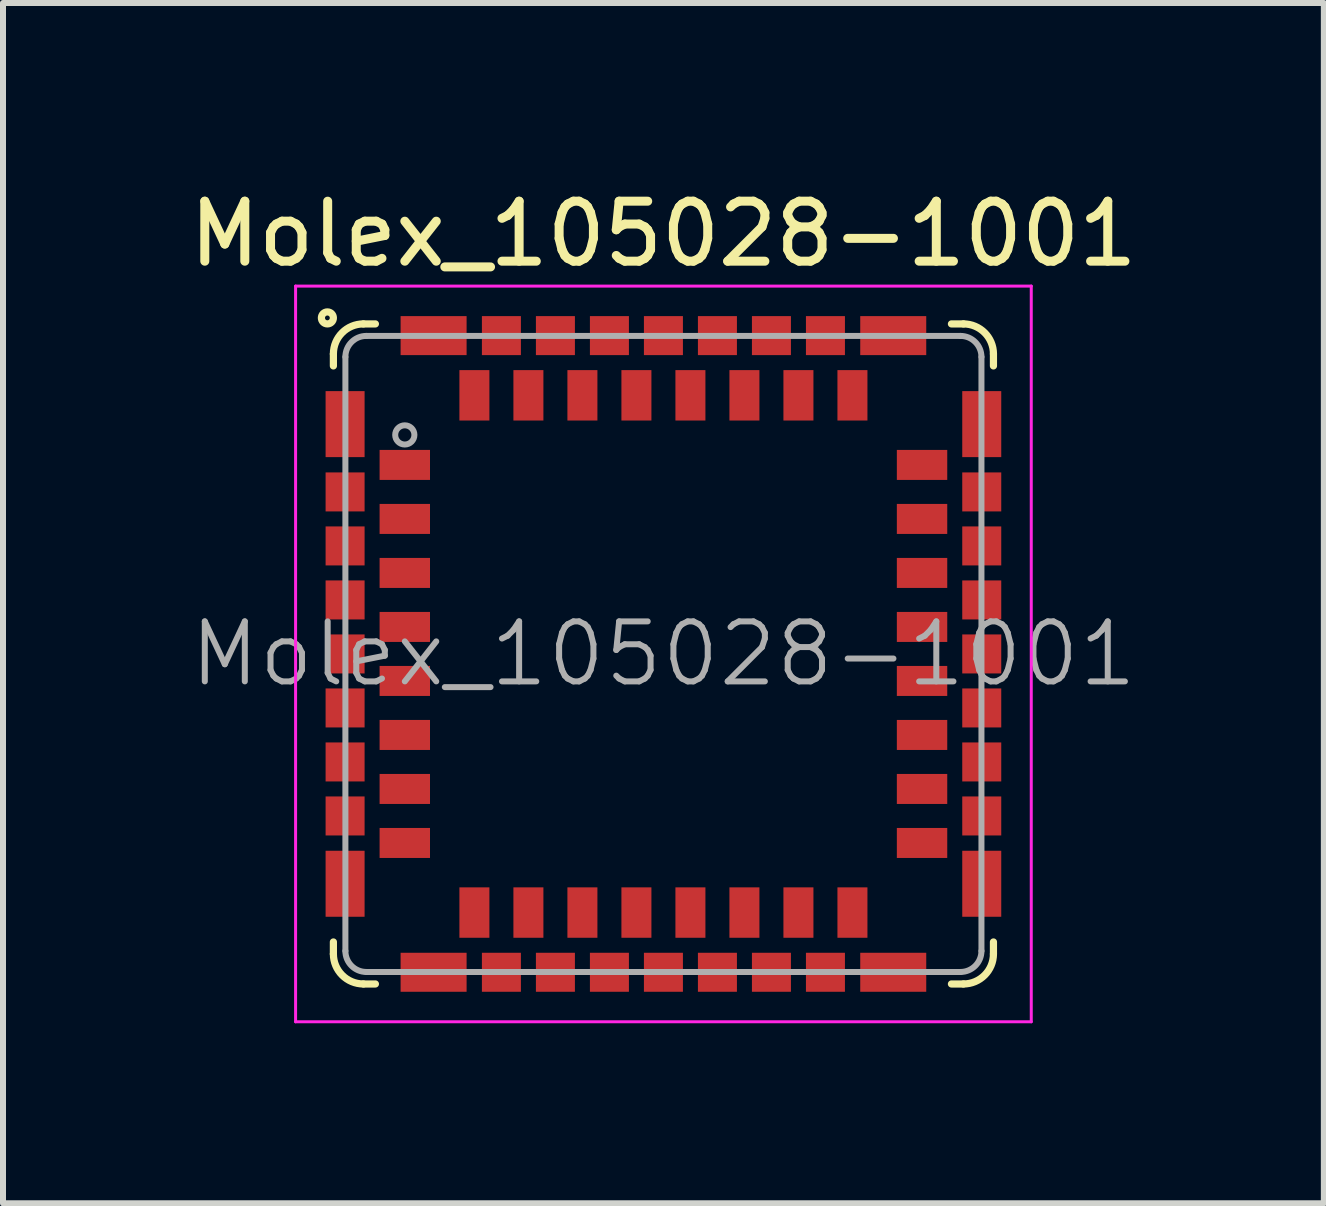
<source format=kicad_pcb>
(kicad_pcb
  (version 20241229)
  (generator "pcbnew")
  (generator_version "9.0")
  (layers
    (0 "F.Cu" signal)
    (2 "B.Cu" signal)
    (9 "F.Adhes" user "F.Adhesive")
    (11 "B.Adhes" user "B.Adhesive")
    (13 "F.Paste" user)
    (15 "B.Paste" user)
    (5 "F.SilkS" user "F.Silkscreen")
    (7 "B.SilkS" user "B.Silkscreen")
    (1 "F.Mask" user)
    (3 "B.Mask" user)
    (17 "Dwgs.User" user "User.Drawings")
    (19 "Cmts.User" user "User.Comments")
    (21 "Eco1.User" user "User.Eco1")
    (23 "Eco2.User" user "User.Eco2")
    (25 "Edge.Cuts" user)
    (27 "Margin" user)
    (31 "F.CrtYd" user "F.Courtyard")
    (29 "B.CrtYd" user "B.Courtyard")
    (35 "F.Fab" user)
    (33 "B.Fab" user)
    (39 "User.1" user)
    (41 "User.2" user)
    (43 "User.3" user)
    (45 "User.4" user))
  (footprint "Molex_105028-1001"
    (layer "F.Cu")
    (at 8.006 7.848)
    (property "Reference" "Molex_105028-1001" (at 0 -7 0) (layer "F.SilkS") (effects (font (size 1 1) (thickness 0.15))))
    (attr smd)
    (fp_line (start -5.5 -4.8) (end -5.5 -5) (stroke (width 0.12) (type solid)) (layer "F.SilkS"))
    (fp_line (start -5.5 5) (end -5.5 4.8) (stroke (width 0.12) (type solid)) (layer "F.SilkS"))
    (fp_line (start -5 5.5) (end -4.8 5.5) (stroke (width 0.12) (type solid)) (layer "F.SilkS"))
    (fp_line (start -4.8 -5.5) (end -5 -5.5) (stroke (width 0.12) (type solid)) (layer "F.SilkS"))
    (fp_line (start 4.8 -5.5) (end 5 -5.5) (stroke (width 0.12) (type solid)) (layer "F.SilkS"))
    (fp_line (start 5 5.5) (end 4.8 5.5) (stroke (width 0.12) (type solid)) (layer "F.SilkS"))
    (fp_line (start 5.5 -5) (end 5.5 -4.8) (stroke (width 0.12) (type solid)) (layer "F.SilkS"))
    (fp_line (start 5.5 5) (end 5.5 4.8) (stroke (width 0.12) (type solid)) (layer "F.SilkS"))
    (fp_arc (start -5.5 -5) (mid -5.353553 -5.353553) (end -5 -5.5) (stroke (width 0.12) (type solid)) (layer "F.SilkS"))
    (fp_arc (start -5 5.5) (mid -5.353553 5.353553) (end -5.5 5) (stroke (width 0.12) (type solid)) (layer "F.SilkS"))
    (fp_arc (start 5 -5.5) (mid 5.353553 -5.353553) (end 5.5 -5) (stroke (width 0.12) (type solid)) (layer "F.SilkS"))
    (fp_arc (start 5.5 5) (mid 5.353553 5.353553) (end 5 5.5) (stroke (width 0.12) (type solid)) (layer "F.SilkS"))
    (fp_circle (center -5.6 -5.6) (end -5.6 -5.5) (stroke (width 0.12) (type solid)) (fill no) (layer "F.SilkS"))
    (fp_line (start -6.13 -6.13) (end 6.13 -6.13) (stroke (width 0.05) (type solid)) (layer "F.CrtYd"))
    (fp_line (start -6.13 6.13) (end -6.13 -6.13) (stroke (width 0.05) (type solid)) (layer "F.CrtYd"))
    (fp_line (start 6.13 -6.13) (end 6.13 6.13) (stroke (width 0.05) (type solid)) (layer "F.CrtYd"))
    (fp_line (start 6.13 6.13) (end -6.13 6.13) (stroke (width 0.05) (type solid)) (layer "F.CrtYd"))
    (fp_line (start -5.3 4.95) (end -5.3 -4.95) (stroke (width 0.1) (type solid)) (layer "F.Fab"))
    (fp_line (start -4.95 -5.3) (end 4.95 -5.3) (stroke (width 0.1) (type solid)) (layer "F.Fab"))
    (fp_line (start -4.95 5.3) (end 4.95 5.3) (stroke (width 0.1) (type solid)) (layer "F.Fab"))
    (fp_line (start 5.3 -4.95) (end 5.3 4.95) (stroke (width 0.1) (type solid)) (layer "F.Fab"))
    (fp_arc (start -5.3 -4.95) (mid -5.197487 -5.197487) (end -4.95 -5.3) (stroke (width 0.1) (type solid)) (layer "F.Fab"))
    (fp_arc (start -4.95 5.3) (mid -5.197487 5.197487) (end -5.3 4.95) (stroke (width 0.1) (type solid)) (layer "F.Fab"))
    (fp_arc (start 4.95 -5.3) (mid 5.197487 -5.197487) (end 5.3 -4.95) (stroke (width 0.1) (type solid)) (layer "F.Fab"))
    (fp_arc (start 5.3 4.95) (mid 5.197487 5.197487) (end 4.95 5.3) (stroke (width 0.1) (type solid)) (layer "F.Fab"))
    (fp_circle (center -4.31 -3.65) (end -4.31 -3.81) (stroke (width 0.1) (type solid)) (fill no) (layer "F.Fab"))
    (fp_text user "${REFERENCE}" (at 0 0 0) (layer "F.Fab") (effects (font (size 1 1) (thickness 0.1))))
    (pad "1" smd rect (at -4.31 -3.15) (size 0.84 0.5) (layers "F.Cu" "F.Mask" "F.Paste"))
    (pad "2" smd rect (at -4.31 -2.25) (size 0.84 0.5) (layers "F.Cu" "F.Mask" "F.Paste"))
    (pad "3" smd rect (at -4.31 -1.35) (size 0.84 0.5) (layers "F.Cu" "F.Mask" "F.Paste"))
    (pad "4" smd rect (at -4.31 -0.45) (size 0.84 0.5) (layers "F.Cu" "F.Mask" "F.Paste"))
    (pad "5" smd rect (at -4.31 0.45) (size 0.84 0.5) (layers "F.Cu" "F.Mask" "F.Paste"))
    (pad "6" smd rect (at -4.31 1.35) (size 0.84 0.5) (layers "F.Cu" "F.Mask" "F.Paste"))
    (pad "7" smd rect (at -4.31 2.25) (size 0.84 0.5) (layers "F.Cu" "F.Mask" "F.Paste"))
    (pad "8" smd rect (at -4.31 3.15) (size 0.84 0.5) (layers "F.Cu" "F.Mask" "F.Paste"))
    (pad "9" smd rect (at -3.15 4.31 90) (size 0.84 0.5) (layers "F.Cu" "F.Mask" "F.Paste"))
    (pad "10" smd rect (at -2.25 4.31 90) (size 0.84 0.5) (layers "F.Cu" "F.Mask" "F.Paste"))
    (pad "11" smd rect (at -1.35 4.31 90) (size 0.84 0.5) (layers "F.Cu" "F.Mask" "F.Paste"))
    (pad "12" smd rect (at -0.45 4.31 90) (size 0.84 0.5) (layers "F.Cu" "F.Mask" "F.Paste"))
    (pad "13" smd rect (at 0.45 4.31 90) (size 0.84 0.5) (layers "F.Cu" "F.Mask" "F.Paste"))
    (pad "14" smd rect (at 1.35 4.31 90) (size 0.84 0.5) (layers "F.Cu" "F.Mask" "F.Paste"))
    (pad "15" smd rect (at 2.25 4.31 90) (size 0.84 0.5) (layers "F.Cu" "F.Mask" "F.Paste"))
    (pad "16" smd rect (at 3.15 4.31 90) (size 0.84 0.5) (layers "F.Cu" "F.Mask" "F.Paste"))
    (pad "17" smd rect (at 4.31 3.15) (size 0.84 0.5) (layers "F.Cu" "F.Mask" "F.Paste"))
    (pad "18" smd rect (at 4.31 2.25) (size 0.84 0.5) (layers "F.Cu" "F.Mask" "F.Paste"))
    (pad "19" smd rect (at 4.31 1.35) (size 0.84 0.5) (layers "F.Cu" "F.Mask" "F.Paste"))
    (pad "20" smd rect (at 4.31 0.45) (size 0.84 0.5) (layers "F.Cu" "F.Mask" "F.Paste"))
    (pad "21" smd rect (at 4.31 -0.45) (size 0.84 0.5) (layers "F.Cu" "F.Mask" "F.Paste"))
    (pad "22" smd rect (at 4.31 -1.35) (size 0.84 0.5) (layers "F.Cu" "F.Mask" "F.Paste"))
    (pad "23" smd rect (at 4.31 -2.25) (size 0.84 0.5) (layers "F.Cu" "F.Mask" "F.Paste"))
    (pad "24" smd rect (at 4.31 -3.15) (size 0.84 0.5) (layers "F.Cu" "F.Mask" "F.Paste"))
    (pad "25" smd rect (at 3.15 -4.31 90) (size 0.84 0.5) (layers "F.Cu" "F.Mask" "F.Paste"))
    (pad "26" smd rect (at 2.25 -4.31 90) (size 0.84 0.5) (layers "F.Cu" "F.Mask" "F.Paste"))
    (pad "27" smd rect (at 1.35 -4.31 90) (size 0.84 0.5) (layers "F.Cu" "F.Mask" "F.Paste"))
    (pad "28" smd rect (at 0.45 -4.31 90) (size 0.84 0.5) (layers "F.Cu" "F.Mask" "F.Paste"))
    (pad "29" smd rect (at -0.45 -4.31 90) (size 0.84 0.5) (layers "F.Cu" "F.Mask" "F.Paste"))
    (pad "30" smd rect (at -1.35 -4.31 90) (size 0.84 0.5) (layers "F.Cu" "F.Mask" "F.Paste"))
    (pad "31" smd rect (at -2.25 -4.31 90) (size 0.84 0.5) (layers "F.Cu" "F.Mask" "F.Paste"))
    (pad "32" smd rect (at -3.15 -4.31 90) (size 0.84 0.5) (layers "F.Cu" "F.Mask" "F.Paste"))
    (pad "33" smd rect (at -5.305 -3.83) (size 0.65 1.1) (layers "F.Cu" "F.Mask" "F.Paste"))
    (pad "33" smd rect (at -5.305 -2.7 90) (size 0.65 0.65) (layers "F.Cu" "F.Mask" "F.Paste"))
    (pad "33" smd rect (at -5.305 -1.8 90) (size 0.65 0.65) (layers "F.Cu" "F.Mask" "F.Paste"))
    (pad "33" smd rect (at -5.305 -0.9 90) (size 0.65 0.65) (layers "F.Cu" "F.Mask" "F.Paste"))
    (pad "33" smd rect (at -5.305 0 90) (size 0.65 0.65) (layers "F.Cu" "F.Mask" "F.Paste"))
    (pad "33" smd rect (at -5.305 0.9 90) (size 0.65 0.65) (layers "F.Cu" "F.Mask" "F.Paste"))
    (pad "33" smd rect (at -5.305 1.8 90) (size 0.65 0.65) (layers "F.Cu" "F.Mask" "F.Paste"))
    (pad "33" smd rect (at -5.305 2.7 90) (size 0.65 0.65) (layers "F.Cu" "F.Mask" "F.Paste"))
    (pad "33" smd rect (at -5.305 3.83) (size 0.65 1.1) (layers "F.Cu" "F.Mask" "F.Paste"))
    (pad "33" smd rect (at -3.83 -5.305 90) (size 0.65 1.1) (layers "F.Cu" "F.Mask" "F.Paste"))
    (pad "33" smd rect (at -3.83 5.305 90) (size 0.65 1.1) (layers "F.Cu" "F.Mask" "F.Paste"))
    (pad "33" smd rect (at -2.7 -5.305 90) (size 0.65 0.65) (layers "F.Cu" "F.Mask" "F.Paste"))
    (pad "33" smd rect (at -2.7 5.305 90) (size 0.65 0.65) (layers "F.Cu" "F.Mask" "F.Paste"))
    (pad "33" smd rect (at -1.8 -5.305 90) (size 0.65 0.65) (layers "F.Cu" "F.Mask" "F.Paste"))
    (pad "33" smd rect (at -1.8 5.305 90) (size 0.65 0.65) (layers "F.Cu" "F.Mask" "F.Paste"))
    (pad "33" smd rect (at -0.9 -5.305 90) (size 0.65 0.65) (layers "F.Cu" "F.Mask" "F.Paste"))
    (pad "33" smd rect (at -0.9 5.305 90) (size 0.65 0.65) (layers "F.Cu" "F.Mask" "F.Paste"))
    (pad "33" smd rect (at 0 -5.305 90) (size 0.65 0.65) (layers "F.Cu" "F.Mask" "F.Paste"))
    (pad "33" smd rect (at 0 5.305 90) (size 0.65 0.65) (layers "F.Cu" "F.Mask" "F.Paste"))
    (pad "33" smd rect (at 0.9 -5.305 90) (size 0.65 0.65) (layers "F.Cu" "F.Mask" "F.Paste"))
    (pad "33" smd rect (at 0.9 5.305 90) (size 0.65 0.65) (layers "F.Cu" "F.Mask" "F.Paste"))
    (pad "33" smd rect (at 1.8 -5.305 90) (size 0.65 0.65) (layers "F.Cu" "F.Mask" "F.Paste"))
    (pad "33" smd rect (at 1.8 5.305 90) (size 0.65 0.65) (layers "F.Cu" "F.Mask" "F.Paste"))
    (pad "33" smd rect (at 2.7 -5.305 90) (size 0.65 0.65) (layers "F.Cu" "F.Mask" "F.Paste"))
    (pad "33" smd rect (at 2.7 5.305 90) (size 0.65 0.65) (layers "F.Cu" "F.Mask" "F.Paste"))
    (pad "33" smd rect (at 3.83 -5.305 90) (size 0.65 1.1) (layers "F.Cu" "F.Mask" "F.Paste"))
    (pad "33" smd rect (at 3.83 5.305 90) (size 0.65 1.1) (layers "F.Cu" "F.Mask" "F.Paste"))
    (pad "33" smd rect (at 5.305 -3.83) (size 0.65 1.1) (layers "F.Cu" "F.Mask" "F.Paste"))
    (pad "33" smd rect (at 5.305 -2.7 90) (size 0.65 0.65) (layers "F.Cu" "F.Mask" "F.Paste"))
    (pad "33" smd rect (at 5.305 -1.8 90) (size 0.65 0.65) (layers "F.Cu" "F.Mask" "F.Paste"))
    (pad "33" smd rect (at 5.305 -0.9 90) (size 0.65 0.65) (layers "F.Cu" "F.Mask" "F.Paste"))
    (pad "33" smd rect (at 5.305 0 90) (size 0.65 0.65) (layers "F.Cu" "F.Mask" "F.Paste"))
    (pad "33" smd rect (at 5.305 0.9 90) (size 0.65 0.65) (layers "F.Cu" "F.Mask" "F.Paste"))
    (pad "33" smd rect (at 5.305 1.8 90) (size 0.65 0.65) (layers "F.Cu" "F.Mask" "F.Paste"))
    (pad "33" smd rect (at 5.305 2.7 90) (size 0.65 0.65) (layers "F.Cu" "F.Mask" "F.Paste"))
    (pad "33" smd rect (at 5.305 3.83) (size 0.65 1.1) (layers "F.Cu" "F.Mask" "F.Paste")))
  (gr_rect
    (start -3 -3)
    (end 19.012 17.003)
    (stroke (width 0.1) (type default))
    (fill no)
    (layer "Edge.Cuts")))
</source>
